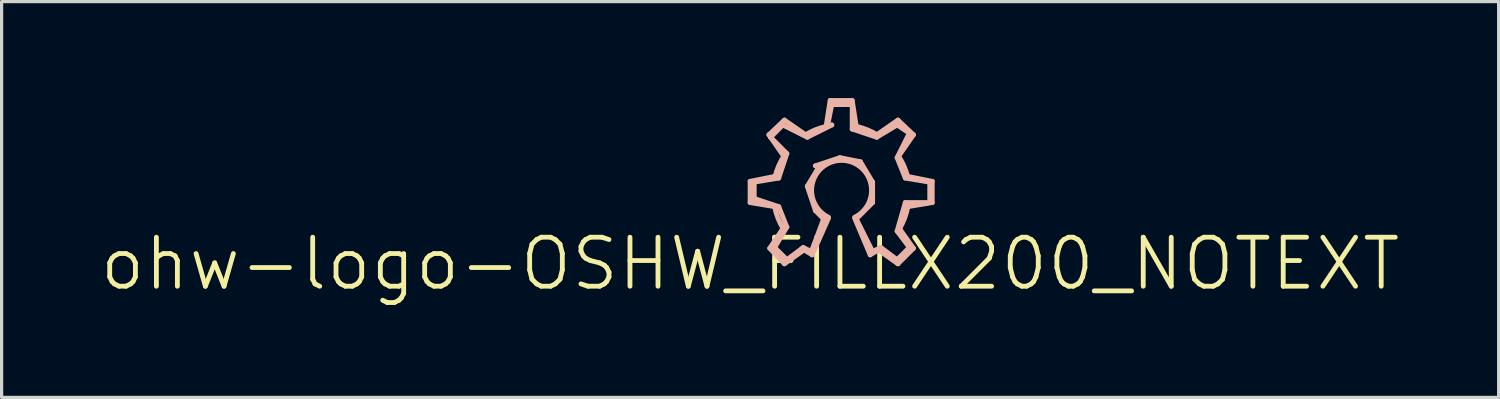
<source format=kicad_pcb>
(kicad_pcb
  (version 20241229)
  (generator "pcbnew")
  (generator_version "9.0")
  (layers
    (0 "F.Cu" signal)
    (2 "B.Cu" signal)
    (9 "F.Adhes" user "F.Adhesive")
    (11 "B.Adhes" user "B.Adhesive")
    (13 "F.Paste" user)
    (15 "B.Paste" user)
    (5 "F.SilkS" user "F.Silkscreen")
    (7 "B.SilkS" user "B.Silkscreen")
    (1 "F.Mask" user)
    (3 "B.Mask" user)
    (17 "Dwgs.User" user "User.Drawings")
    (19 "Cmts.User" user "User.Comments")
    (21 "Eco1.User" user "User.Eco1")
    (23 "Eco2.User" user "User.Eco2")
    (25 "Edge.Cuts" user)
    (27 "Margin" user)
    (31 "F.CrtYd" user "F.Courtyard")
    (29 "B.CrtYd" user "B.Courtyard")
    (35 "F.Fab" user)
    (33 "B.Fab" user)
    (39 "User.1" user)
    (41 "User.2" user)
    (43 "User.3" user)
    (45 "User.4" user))
  (footprint "ohw-logo-OSHW_FILLX200_NOTEXT"
    (layer "F.Cu")
    (at 20.284 5.156)
    (property "Reference" "ohw-logo-OSHW_FILLX200_NOTEXT" (at 0 0 0) (layer "F.SilkS") (effects (font (size 1.524 1.524) (thickness 0.15))))
    (attr exclude_from_pos_files exclude_from_bom)
    (fp_line (start 0 -2.565) (end 0.762 -2.718) (stroke (width 0.152) (type solid)) (layer "B.SilkS"))
    (fp_line (start 0 -1.905) (end 0 -2.565) (stroke (width 0.152) (type solid)) (layer "B.SilkS"))
    (fp_line (start 0.127 -2.54) (end 0.889 -2.667) (stroke (width 0.152) (type solid)) (layer "B.SilkS"))
    (fp_line (start 0.127 -2.032) (end 0.127 -1.905) (stroke (width 0.152) (type solid)) (layer "B.SilkS"))
    (fp_line (start 0.127 -1.905) (end 0.127 -2.54) (stroke (width 0.152) (type solid)) (layer "B.SilkS"))
    (fp_line (start 0.584 -4.013) (end 1.067 -4.47) (stroke (width 0.152) (type solid)) (layer "B.SilkS"))
    (fp_line (start 0.61 -0.483) (end 1.016 -1.09) (stroke (width 0.152) (type solid)) (layer "B.SilkS"))
    (fp_line (start 0.635 -3.937) (end 1.016 -4.318) (stroke (width 0.152) (type solid)) (layer "B.SilkS"))
    (fp_line (start 0.762 -1.778) (end 0 -1.905) (stroke (width 0.152) (type solid)) (layer "B.SilkS"))
    (fp_line (start 0.762 -0.508) (end 1.143 -1.143) (stroke (width 0.152) (type solid)) (layer "B.SilkS"))
    (fp_line (start 0.889 -2.667) (end 1.143 -3.429) (stroke (width 0.152) (type solid)) (layer "B.SilkS"))
    (fp_line (start 0.889 -1.778) (end 0.127 -2.032) (stroke (width 0.152) (type solid)) (layer "B.SilkS"))
    (fp_line (start 1.016 -4.318) (end 1.778 -3.937) (stroke (width 0.152) (type solid)) (layer "B.SilkS"))
    (fp_line (start 1.041 -3.353) (end 0.584 -4.013) (stroke (width 0.152) (type solid)) (layer "B.SilkS"))
    (fp_line (start 1.067 -4.47) (end 1.727 -4.013) (stroke (width 0.152) (type solid)) (layer "B.SilkS"))
    (fp_line (start 1.067 0) (end 0.61 -0.483) (stroke (width 0.152) (type solid)) (layer "B.SilkS"))
    (fp_line (start 1.143 -3.429) (end 0.635 -3.937) (stroke (width 0.152) (type solid)) (layer "B.SilkS"))
    (fp_line (start 1.143 -1.143) (end 0.889 -1.778) (stroke (width 0.152) (type solid)) (layer "B.SilkS"))
    (fp_line (start 1.143 -0.127) (end 0.762 -0.508) (stroke (width 0.152) (type solid)) (layer "B.SilkS"))
    (fp_line (start 1.651 -0.508) (end 1.143 -0.127) (stroke (width 0.152) (type solid)) (layer "B.SilkS"))
    (fp_line (start 1.676 -0.432) (end 1.067 0) (stroke (width 0.152) (type solid)) (layer "B.SilkS"))
    (fp_line (start 1.778 -3.937) (end 2.54 -4.318) (stroke (width 0.152) (type solid)) (layer "B.SilkS"))
    (fp_line (start 1.778 -2.413) (end 2.032 -1.651) (stroke (width 0.152) (type solid)) (layer "B.SilkS"))
    (fp_line (start 1.905 -0.381) (end 1.651 -0.508) (stroke (width 0.152) (type solid)) (layer "B.SilkS"))
    (fp_line (start 1.93 -0.279) (end 1.676 -0.432) (stroke (width 0.152) (type solid)) (layer "B.SilkS"))
    (fp_line (start 2.032 -3.048) (end 2.159 -3.048) (stroke (width 0.152) (type solid)) (layer "B.SilkS"))
    (fp_line (start 2.032 -1.651) (end 2.286 -1.397) (stroke (width 0.152) (type solid)) (layer "B.SilkS"))
    (fp_line (start 2.159 -3.048) (end 1.778 -2.413) (stroke (width 0.152) (type solid)) (layer "B.SilkS"))
    (fp_line (start 2.286 -1.397) (end 1.905 -0.381) (stroke (width 0.152) (type solid)) (layer "B.SilkS"))
    (fp_line (start 2.362 -4.267) (end 2.489 -5.08) (stroke (width 0.152) (type solid)) (layer "B.SilkS"))
    (fp_line (start 2.413 -4.318) (end 2.54 -4.953) (stroke (width 0.152) (type solid)) (layer "B.SilkS"))
    (fp_line (start 2.438 -1.422) (end 1.93 -0.279) (stroke (width 0.152) (type solid)) (layer "B.SilkS"))
    (fp_line (start 2.489 -5.08) (end 3.175 -5.08) (stroke (width 0.152) (type solid)) (layer "B.SilkS"))
    (fp_line (start 2.54 -4.953) (end 3.175 -4.953) (stroke (width 0.152) (type solid)) (layer "B.SilkS"))
    (fp_line (start 2.54 -4.318) (end 2.413 -4.318) (stroke (width 0.152) (type solid)) (layer "B.SilkS"))
    (fp_line (start 2.794 -3.302) (end 2.032 -3.048) (stroke (width 0.152) (type solid)) (layer "B.SilkS"))
    (fp_line (start 3.175 -5.08) (end 3.302 -4.267) (stroke (width 0.152) (type solid)) (layer "B.SilkS"))
    (fp_line (start 3.175 -4.953) (end 3.175 -4.191) (stroke (width 0.152) (type solid)) (layer "B.SilkS"))
    (fp_line (start 3.175 -4.191) (end 3.937 -3.937) (stroke (width 0.152) (type solid)) (layer "B.SilkS"))
    (fp_line (start 3.302 -1.397) (end 3.81 -1.905) (stroke (width 0.152) (type solid)) (layer "B.SilkS"))
    (fp_line (start 3.429 -3.175) (end 2.794 -3.302) (stroke (width 0.152) (type solid)) (layer "B.SilkS"))
    (fp_line (start 3.734 -0.279) (end 3.251 -1.422) (stroke (width 0.152) (type solid)) (layer "B.SilkS"))
    (fp_line (start 3.81 -2.54) (end 3.429 -3.175) (stroke (width 0.152) (type solid)) (layer "B.SilkS"))
    (fp_line (start 3.81 -1.905) (end 3.81 -2.54) (stroke (width 0.152) (type solid)) (layer "B.SilkS"))
    (fp_line (start 3.81 -0.381) (end 3.302 -1.397) (stroke (width 0.152) (type solid)) (layer "B.SilkS"))
    (fp_line (start 3.937 -4.013) (end 4.597 -4.47) (stroke (width 0.152) (type solid)) (layer "B.SilkS"))
    (fp_line (start 3.937 -3.937) (end 4.572 -4.318) (stroke (width 0.152) (type solid)) (layer "B.SilkS"))
    (fp_line (start 3.988 -0.432) (end 3.734 -0.279) (stroke (width 0.152) (type solid)) (layer "B.SilkS"))
    (fp_line (start 4.064 -0.508) (end 3.81 -0.381) (stroke (width 0.152) (type solid)) (layer "B.SilkS"))
    (fp_line (start 4.572 -4.318) (end 4.953 -4.064) (stroke (width 0.152) (type solid)) (layer "B.SilkS"))
    (fp_line (start 4.572 -3.302) (end 4.826 -2.667) (stroke (width 0.152) (type solid)) (layer "B.SilkS"))
    (fp_line (start 4.572 -1.016) (end 4.953 -0.508) (stroke (width 0.152) (type solid)) (layer "B.SilkS"))
    (fp_line (start 4.572 -0.127) (end 4.064 -0.508) (stroke (width 0.152) (type solid)) (layer "B.SilkS"))
    (fp_line (start 4.597 -4.47) (end 5.08 -4.013) (stroke (width 0.152) (type solid)) (layer "B.SilkS"))
    (fp_line (start 4.597 0) (end 3.988 -0.432) (stroke (width 0.152) (type solid)) (layer "B.SilkS"))
    (fp_line (start 4.648 -1.09) (end 5.08 -0.483) (stroke (width 0.152) (type solid)) (layer "B.SilkS"))
    (fp_line (start 4.826 -2.667) (end 5.588 -2.54) (stroke (width 0.152) (type solid)) (layer "B.SilkS"))
    (fp_line (start 4.826 -1.905) (end 4.572 -1.016) (stroke (width 0.152) (type solid)) (layer "B.SilkS"))
    (fp_line (start 4.902 -2.718) (end 5.664 -2.565) (stroke (width 0.152) (type solid)) (layer "B.SilkS"))
    (fp_line (start 4.953 -4.064) (end 4.572 -3.302) (stroke (width 0.152) (type solid)) (layer "B.SilkS"))
    (fp_line (start 4.953 -0.508) (end 4.572 -0.127) (stroke (width 0.152) (type solid)) (layer "B.SilkS"))
    (fp_line (start 5.08 -4.013) (end 4.623 -3.353) (stroke (width 0.152) (type solid)) (layer "B.SilkS"))
    (fp_line (start 5.08 -0.483) (end 4.597 0) (stroke (width 0.152) (type solid)) (layer "B.SilkS"))
    (fp_line (start 5.588 -2.54) (end 5.588 -1.905) (stroke (width 0.152) (type solid)) (layer "B.SilkS"))
    (fp_line (start 5.588 -1.905) (end 4.826 -1.905) (stroke (width 0.152) (type solid)) (layer "B.SilkS"))
    (fp_line (start 5.664 -2.565) (end 5.664 -1.905) (stroke (width 0.152) (type solid)) (layer "B.SilkS"))
    (fp_line (start 5.664 -1.905) (end 4.902 -1.778) (stroke (width 0.152) (type solid)) (layer "B.SilkS"))
    (fp_arc (start 0.77724 -2.7178) (mid 0.884541 -3.037663) (end 1.041341 -3.336393) (stroke (width 0.1524) (type solid)) (layer "B.SilkS"))
    (fp_arc (start 1.02362 -1.09982) (mid 0.865008 -1.423936) (end 0.763879 -1.77032) (stroke (width 0.1524) (type solid)) (layer "B.SilkS"))
    (fp_arc (start 1.73482 -4.02082) (mid 2.028123 -4.167597) (end 2.340603 -4.267229) (stroke (width 0.1524) (type solid)) (layer "B.SilkS"))
    (fp_arc (start 2.4384 -1.4478) (mid 2.844253 -3.217526) (end 3.252184 -1.448278) (stroke (width 0.1524) (type solid)) (layer "B.SilkS"))
    (fp_arc (start 3.3147 -4.27228) (mid 3.639593 -4.170117) (end 3.943972 -4.017323) (stroke (width 0.1524) (type solid)) (layer "B.SilkS"))
    (fp_arc (start 4.61772 -3.34772) (mid 4.784209 -3.044218) (end 4.897466 -2.717103) (stroke (width 0.1524) (type solid)) (layer "B.SilkS"))
    (fp_arc (start 4.9022 -1.76784) (mid 4.804838 -1.418278) (end 4.647398 -1.091345) (stroke (width 0.1524) (type solid)) (layer "B.SilkS")))
  (gr_rect
    (start -3 -3)
    (end 43.567 9.311)
    (stroke (width 0.1) (type default))
    (fill no)
    (layer "Edge.Cuts")))
</source>
